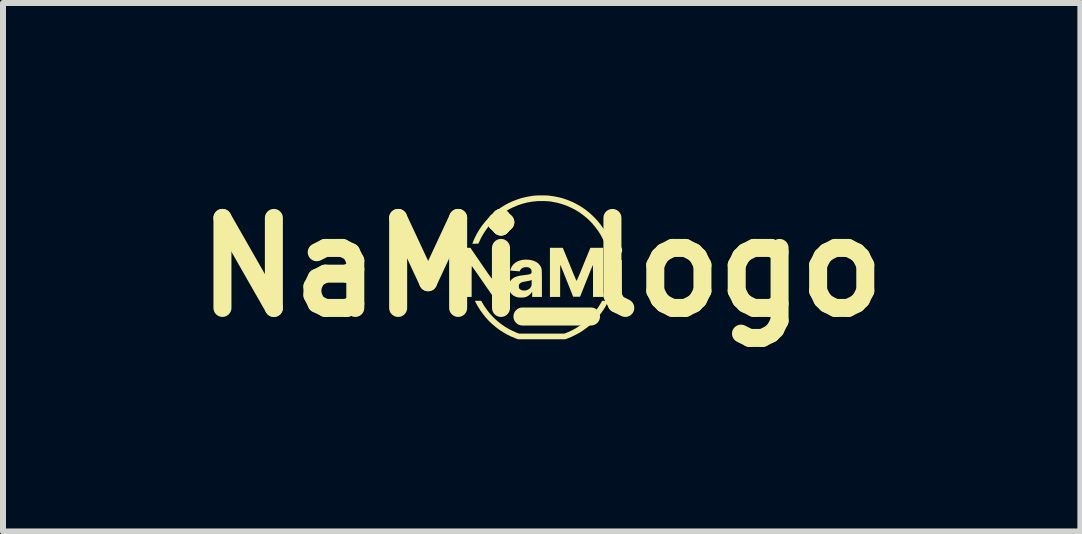
<source format=kicad_pcb>
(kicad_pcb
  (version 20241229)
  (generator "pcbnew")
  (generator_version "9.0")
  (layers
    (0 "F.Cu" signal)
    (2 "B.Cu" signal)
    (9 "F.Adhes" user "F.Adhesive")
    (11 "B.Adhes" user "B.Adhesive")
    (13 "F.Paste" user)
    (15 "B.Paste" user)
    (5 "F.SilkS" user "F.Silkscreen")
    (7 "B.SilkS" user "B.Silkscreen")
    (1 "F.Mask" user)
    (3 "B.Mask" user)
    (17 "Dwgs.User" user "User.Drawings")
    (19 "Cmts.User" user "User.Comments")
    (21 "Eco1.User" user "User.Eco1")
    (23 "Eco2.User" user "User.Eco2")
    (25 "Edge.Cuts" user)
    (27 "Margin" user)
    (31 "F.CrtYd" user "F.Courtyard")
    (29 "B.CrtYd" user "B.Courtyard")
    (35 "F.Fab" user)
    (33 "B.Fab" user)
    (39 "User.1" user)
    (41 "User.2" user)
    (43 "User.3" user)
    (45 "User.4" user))
  (footprint "NaMi_logo"
    (layer "F.Cu")
    (at 5.979 1.404)
    (property "Reference" "NaMi_logo" (at 0 0 0) (layer "F.SilkS") (effects (font (size 1.5 1.5) (thickness 0.3))))
    (attr board_only exclude_from_pos_files exclude_from_bom)
    (fp_poly (pts (xy 1.335 0.188) (xy 1.336 0.495) (xy 1.249 0.495) (xy 1.162 0.495) (xy 1.163 0.188) (xy 1.164 -0.119) (xy 1.249 -0.119) (xy 1.334 -0.119)) (stroke (width 0) (type solid)) (fill yes) (layer "F.SilkS"))
    (fp_poly (pts (xy 1.268 -0.368) (xy 1.285 -0.364) (xy 1.3 -0.355) (xy 1.315 -0.343) (xy 1.328 -0.327) (xy 1.336 -0.312) (xy 1.34 -0.295) (xy 1.341 -0.284) (xy 1.338 -0.263) (xy 1.331 -0.244) (xy 1.318 -0.227) (xy 1.301 -0.213) (xy 1.293 -0.208) (xy 1.285 -0.204) (xy 1.277 -0.201) (xy 1.268 -0.2) (xy 1.255 -0.199) (xy 1.253 -0.199) (xy 1.239 -0.199) (xy 1.228 -0.2) (xy 1.219 -0.202) (xy 1.214 -0.204) (xy 1.196 -0.214) (xy 1.18 -0.228) (xy 1.167 -0.245) (xy 1.166 -0.246) (xy 1.162 -0.255) (xy 1.16 -0.262) (xy 1.158 -0.271) (xy 1.158 -0.283) (xy 1.158 -0.284) (xy 1.16 -0.303) (xy 1.165 -0.319) (xy 1.174 -0.334) (xy 1.184 -0.344) (xy 1.202 -0.358) (xy 1.223 -0.366) (xy 1.245 -0.37) (xy 1.247 -0.37)) (stroke (width 0) (type solid)) (fill yes) (layer "F.SilkS"))
    (fp_poly (pts (xy -0.657 0.085) (xy -0.657 0.495) (xy -0.732 0.494) (xy -0.808 0.493) (xy -0.985 0.238) (xy -1.008 0.204) (xy -1.031 0.171) (xy -1.052 0.14) (xy -1.072 0.111) (xy -1.091 0.084) (xy -1.108 0.06) (xy -1.124 0.038) (xy -1.137 0.019) (xy -1.148 0.004) (xy -1.156 -0.008) (xy -1.162 -0.015) (xy -1.164 -0.019) (xy -1.165 -0.019) (xy -1.165 -0.018) (xy -1.166 -0.014) (xy -1.166 -0.008) (xy -1.166 0.001) (xy -1.167 0.014) (xy -1.167 0.03) (xy -1.167 0.051) (xy -1.168 0.075) (xy -1.168 0.104) (xy -1.168 0.137) (xy -1.168 0.176) (xy -1.168 0.219) (xy -1.168 0.237) (xy -1.168 0.495) (xy -1.254 0.495) (xy -1.341 0.495) (xy -1.341 0.085) (xy -1.341 -0.324) (xy -1.265 -0.324) (xy -1.189 -0.324) (xy -1.013 -0.067) (xy -0.99 -0.033) (xy -0.967 -0.00021) (xy -0.946 0.031) (xy -0.925 0.06) (xy -0.907 0.087) (xy -0.89 0.112) (xy -0.874 0.133) (xy -0.861 0.152) (xy -0.85 0.167) (xy -0.842 0.179) (xy -0.836 0.186) (xy -0.834 0.19) (xy -0.833 0.19) (xy -0.833 0.189) (xy -0.832 0.186) (xy -0.832 0.18) (xy -0.831 0.172) (xy -0.831 0.161) (xy -0.831 0.146) (xy -0.83 0.128) (xy -0.83 0.106) (xy -0.83 0.08) (xy -0.83 0.05) (xy -0.83 0.014) (xy -0.83 -0.026) (xy -0.83 -0.067) (xy -0.83 -0.324) (xy -0.743 -0.324) (xy -0.657 -0.324)) (stroke (width 0) (type solid)) (fill yes) (layer "F.SilkS"))
    (fp_poly (pts (xy -0.997 0.58) (xy -0.961 0.642) (xy -0.919 0.702) (xy -0.874 0.761) (xy -0.824 0.816) (xy -0.772 0.868) (xy -0.728 0.907) (xy -0.674 0.949) (xy -0.616 0.989) (xy -0.556 1.025) (xy -0.495 1.057) (xy -0.433 1.085) (xy -0.406 1.096) (xy -0.377 1.106) (xy 0.000204 1.106) (xy 0.378 1.106) (xy 0.417 1.091) (xy 0.489 1.059) (xy 0.558 1.023) (xy 0.624 0.982) (xy 0.688 0.937) (xy 0.748 0.888) (xy 0.805 0.835) (xy 0.858 0.778) (xy 0.907 0.717) (xy 0.951 0.654) (xy 0.989 0.592) (xy 1.007 0.559) (xy 1.06 0.559) (xy 1.076 0.559) (xy 1.09 0.559) (xy 1.102 0.559) (xy 1.109 0.56) (xy 1.112 0.56) (xy 1.112 0.56) (xy 1.111 0.564) (xy 1.107 0.571) (xy 1.102 0.581) (xy 1.096 0.594) (xy 1.089 0.607) (xy 1.081 0.621) (xy 1.074 0.634) (xy 1.069 0.644) (xy 1.028 0.711) (xy 0.982 0.775) (xy 0.931 0.837) (xy 0.877 0.896) (xy 0.82 0.951) (xy 0.76 1.002) (xy 0.742 1.015) (xy 0.684 1.057) (xy 0.622 1.096) (xy 0.556 1.131) (xy 0.49 1.163) (xy 0.423 1.19) (xy 0.418 1.192) (xy 0.391 1.201) (xy -0.002 1.201) (xy -0.395 1.201) (xy -0.43 1.188) (xy -0.504 1.157) (xy -0.573 1.124) (xy -0.639 1.086) (xy -0.703 1.045) (xy -0.764 0.999) (xy -0.825 0.948) (xy -0.825 0.948) (xy -0.879 0.897) (xy -0.93 0.841) (xy -0.978 0.781) (xy -1.023 0.719) (xy -1.064 0.654) (xy -1.098 0.592) (xy -1.115 0.559) (xy -1.062 0.559) (xy -1.009 0.559)) (stroke (width 0) (type solid)) (fill yes) (layer "F.SilkS"))
    (fp_poly (pts (xy 0.382 -0.249) (xy 0.388 -0.234) (xy 0.396 -0.215) (xy 0.406 -0.191) (xy 0.417 -0.164) (xy 0.429 -0.135) (xy 0.442 -0.103) (xy 0.456 -0.07) (xy 0.47 -0.036) (xy 0.484 -0.001) (xy 0.495 0.026) (xy 0.511 0.066) (xy 0.525 0.101) (xy 0.538 0.131) (xy 0.549 0.156) (xy 0.558 0.177) (xy 0.565 0.195) (xy 0.571 0.208) (xy 0.576 0.217) (xy 0.579 0.223) (xy 0.581 0.226) (xy 0.581 0.226) (xy 0.583 0.225) (xy 0.585 0.22) (xy 0.589 0.212) (xy 0.594 0.201) (xy 0.601 0.186) (xy 0.609 0.167) (xy 0.618 0.145) (xy 0.63 0.118) (xy 0.643 0.086) (xy 0.658 0.05) (xy 0.674 0.01) (xy 0.693 -0.036) (xy 0.698 -0.049) (xy 0.811 -0.324) (xy 0.918 -0.324) (xy 1.025 -0.324) (xy 1.025 0.085) (xy 1.025 0.495) (xy 0.94 0.495) (xy 0.855 0.495) (xy 0.855 0.229) (xy 0.855 0.187) (xy 0.855 0.148) (xy 0.855 0.112) (xy 0.855 0.079) (xy 0.854 0.05) (xy 0.854 0.024) (xy 0.854 0.002) (xy 0.854 -0.015) (xy 0.853 -0.027) (xy 0.853 -0.034) (xy 0.852 -0.036) (xy 0.851 -0.034) (xy 0.848 -0.026) (xy 0.843 -0.015) (xy 0.836 0.002) (xy 0.828 0.021) (xy 0.818 0.045) (xy 0.807 0.071) (xy 0.796 0.1) (xy 0.783 0.132) (xy 0.769 0.166) (xy 0.755 0.201) (xy 0.744 0.228) (xy 0.639 0.492) (xy 0.581 0.492) (xy 0.524 0.492) (xy 0.418 0.226) (xy 0.404 0.19) (xy 0.389 0.154) (xy 0.376 0.121) (xy 0.364 0.09) (xy 0.352 0.061) (xy 0.342 0.036) (xy 0.332 0.013) (xy 0.324 -0.006) (xy 0.318 -0.021) (xy 0.314 -0.032) (xy 0.311 -0.038) (xy 0.31 -0.039) (xy 0.309 -0.036) (xy 0.309 -0.028) (xy 0.309 -0.015) (xy 0.308 0.003) (xy 0.308 0.025) (xy 0.308 0.052) (xy 0.308 0.083) (xy 0.308 0.118) (xy 0.307 0.156) (xy 0.307 0.198) (xy 0.307 0.228) (xy 0.307 0.495) (xy 0.222 0.495) (xy 0.137 0.495) (xy 0.137 0.085) (xy 0.137 -0.324) (xy 0.244 -0.324) (xy 0.351 -0.324)) (stroke (width 0) (type solid)) (fill yes) (layer "F.SilkS"))
    (fp_poly (pts (xy 0.029 -1.197) (xy 0.059 -1.197) (xy 0.087 -1.196) (xy 0.111 -1.194) (xy 0.131 -1.192) (xy 0.132 -1.192) (xy 0.212 -1.18) (xy 0.288 -1.165) (xy 0.362 -1.145) (xy 0.433 -1.12) (xy 0.504 -1.091) (xy 0.542 -1.073) (xy 0.607 -1.038) (xy 0.669 -1.001) (xy 0.727 -0.961) (xy 0.783 -0.917) (xy 0.838 -0.868) (xy 0.872 -0.835) (xy 0.928 -0.776) (xy 0.979 -0.713) (xy 1.026 -0.647) (xy 1.068 -0.578) (xy 1.104 -0.509) (xy 1.113 -0.493) (xy 1.121 -0.475) (xy 1.129 -0.457) (xy 1.136 -0.44) (xy 1.143 -0.424) (xy 1.148 -0.411) (xy 1.152 -0.401) (xy 1.154 -0.395) (xy 1.154 -0.394) (xy 1.151 -0.393) (xy 1.143 -0.392) (xy 1.131 -0.391) (xy 1.114 -0.391) (xy 1.104 -0.391) (xy 1.055 -0.391) (xy 1.042 -0.42) (xy 1.012 -0.484) (xy 0.977 -0.548) (xy 0.937 -0.61) (xy 0.892 -0.67) (xy 0.845 -0.727) (xy 0.794 -0.78) (xy 0.752 -0.819) (xy 0.689 -0.87) (xy 0.624 -0.917) (xy 0.557 -0.958) (xy 0.486 -0.994) (xy 0.414 -1.026) (xy 0.339 -1.052) (xy 0.262 -1.074) (xy 0.184 -1.089) (xy 0.134 -1.097) (xy 0.115 -1.099) (xy 0.091 -1.1) (xy 0.064 -1.102) (xy 0.035 -1.103) (xy 0.006 -1.103) (xy -0.023 -1.103) (xy -0.049 -1.103) (xy -0.072 -1.102) (xy -0.085 -1.101) (xy -0.166 -1.092) (xy -0.245 -1.078) (xy -0.322 -1.058) (xy -0.396 -1.033) (xy -0.469 -1.003) (xy -0.54 -0.968) (xy -0.608 -0.928) (xy -0.674 -0.883) (xy -0.712 -0.854) (xy -0.731 -0.838) (xy -0.752 -0.82) (xy -0.774 -0.799) (xy -0.797 -0.777) (xy -0.819 -0.756) (xy -0.839 -0.735) (xy -0.856 -0.716) (xy -0.86 -0.711) (xy -0.903 -0.658) (xy -0.943 -0.602) (xy -0.981 -0.543) (xy -1.014 -0.483) (xy -1.036 -0.435) (xy -1.056 -0.393) (xy -1.106 -0.392) (xy -1.122 -0.392) (xy -1.136 -0.392) (xy -1.147 -0.392) (xy -1.154 -0.392) (xy -1.157 -0.392) (xy -1.156 -0.396) (xy -1.153 -0.403) (xy -1.148 -0.414) (xy -1.143 -0.427) (xy -1.137 -0.442) (xy -1.131 -0.456) (xy -1.125 -0.47) (xy -1.119 -0.482) (xy -1.119 -0.483) (xy -1.083 -0.555) (xy -1.042 -0.624) (xy -0.997 -0.691) (xy -0.947 -0.754) (xy -0.893 -0.815) (xy -0.836 -0.872) (xy -0.774 -0.925) (xy -0.71 -0.974) (xy -0.7 -0.981) (xy -0.631 -1.026) (xy -0.56 -1.065) (xy -0.487 -1.099) (xy -0.412 -1.128) (xy -0.335 -1.153) (xy -0.254 -1.172) (xy -0.171 -1.187) (xy -0.134 -1.192) (xy -0.114 -1.194) (xy -0.09 -1.195) (xy -0.063 -1.197) (xy -0.033 -1.197) (xy -0.002 -1.197)) (stroke (width 0) (type solid)) (fill yes) (layer "F.SilkS"))
    (fp_poly (pts (xy -0.229 -0.126) (xy -0.187 -0.121) (xy -0.149 -0.112) (xy -0.115 -0.099) (xy -0.085 -0.083) (xy -0.059 -0.064) (xy -0.037 -0.041) (xy -0.019 -0.015) (xy -0.015 -0.007) (xy -0.012 -0.000348) (xy -0.009 0.006) (xy -0.007 0.012) (xy -0.005 0.018) (xy -0.003 0.026) (xy -0.002 0.034) (xy -0.001 0.044) (xy 0.000432 0.056) (xy 0.001 0.07) (xy 0.002 0.087) (xy 0.002 0.107) (xy 0.002 0.131) (xy 0.003 0.158) (xy 0.003 0.19) (xy 0.003 0.227) (xy 0.003 0.268) (xy 0.003 0.275) (xy 0.003 0.495) (xy -0.078 0.495) (xy -0.159 0.495) (xy -0.159 0.453) (xy -0.159 0.438) (xy -0.16 0.426) (xy -0.16 0.416) (xy -0.161 0.411) (xy -0.161 0.411) (xy -0.164 0.413) (xy -0.168 0.419) (xy -0.172 0.425) (xy -0.181 0.438) (xy -0.193 0.451) (xy -0.208 0.464) (xy -0.222 0.475) (xy -0.23 0.48) (xy -0.24 0.485) (xy -0.253 0.491) (xy -0.266 0.496) (xy -0.267 0.496) (xy -0.276 0.499) (xy -0.284 0.501) (xy -0.292 0.503) (xy -0.302 0.504) (xy -0.315 0.504) (xy -0.332 0.505) (xy -0.335 0.505) (xy -0.357 0.505) (xy -0.374 0.504) (xy -0.387 0.503) (xy -0.399 0.502) (xy -0.401 0.501) (xy -0.434 0.492) (xy -0.463 0.478) (xy -0.487 0.461) (xy -0.508 0.441) (xy -0.524 0.417) (xy -0.528 0.409) (xy -0.536 0.391) (xy -0.541 0.374) (xy -0.544 0.355) (xy -0.546 0.334) (xy -0.546 0.323) (xy -0.545 0.317) (xy -0.381 0.317) (xy -0.381 0.331) (xy -0.379 0.341) (xy -0.376 0.349) (xy -0.376 0.351) (xy -0.368 0.361) (xy -0.356 0.371) (xy -0.342 0.379) (xy -0.33 0.384) (xy -0.317 0.387) (xy -0.3 0.388) (xy -0.282 0.388) (xy -0.266 0.386) (xy -0.262 0.386) (xy -0.239 0.378) (xy -0.217 0.367) (xy -0.198 0.352) (xy -0.183 0.334) (xy -0.177 0.323) (xy -0.174 0.316) (xy -0.172 0.311) (xy -0.17 0.305) (xy -0.169 0.297) (xy -0.169 0.287) (xy -0.168 0.273) (xy -0.168 0.26) (xy -0.167 0.213) (xy -0.187 0.22) (xy -0.196 0.222) (xy -0.209 0.225) (xy -0.226 0.229) (xy -0.243 0.232) (xy -0.258 0.235) (xy -0.286 0.24) (xy -0.309 0.244) (xy -0.327 0.25) (xy -0.342 0.255) (xy -0.354 0.262) (xy -0.363 0.27) (xy -0.371 0.279) (xy -0.374 0.283) (xy -0.378 0.289) (xy -0.38 0.296) (xy -0.381 0.304) (xy -0.381 0.315) (xy -0.381 0.317) (xy -0.545 0.317) (xy -0.544 0.294) (xy -0.54 0.269) (xy -0.532 0.247) (xy -0.521 0.226) (xy -0.515 0.218) (xy -0.496 0.198) (xy -0.473 0.18) (xy -0.446 0.165) (xy -0.414 0.153) (xy -0.378 0.144) (xy -0.339 0.137) (xy -0.328 0.136) (xy -0.312 0.134) (xy -0.294 0.132) (xy -0.276 0.129) (xy -0.267 0.128) (xy -0.242 0.125) (xy -0.222 0.121) (xy -0.206 0.118) (xy -0.193 0.114) (xy -0.184 0.109) (xy -0.177 0.103) (xy -0.177 0.103) (xy -0.173 0.098) (xy -0.171 0.094) (xy -0.169 0.088) (xy -0.169 0.078) (xy -0.169 0.073) (xy -0.171 0.055) (xy -0.175 0.041) (xy -0.183 0.028) (xy -0.192 0.019) (xy -0.206 0.009) (xy -0.221 0.003) (xy -0.24 -0.000356) (xy -0.26 -0.001) (xy -0.287 0.001) (xy -0.31 0.008) (xy -0.331 0.018) (xy -0.347 0.033) (xy -0.36 0.051) (xy -0.363 0.057) (xy -0.368 0.069) (xy -0.446 0.062) (xy -0.466 0.061) (xy -0.484 0.059) (xy -0.5 0.058) (xy -0.512 0.056) (xy -0.521 0.056) (xy -0.524 0.055) (xy -0.524 0.055) (xy -0.524 0.052) (xy -0.522 0.045) (xy -0.52 0.036) (xy -0.519 0.035) (xy -0.507 0.003) (xy -0.49 -0.025) (xy -0.469 -0.051) (xy -0.443 -0.073) (xy -0.415 -0.091) (xy -0.382 -0.106) (xy -0.347 -0.117) (xy -0.309 -0.124) (xy -0.268 -0.127)) (stroke (width 0) (type solid)) (fill yes) (layer "F.SilkS")))
  (gr_rect
    (start -3 -3)
    (end 14.957 5.808)
    (stroke (width 0.1) (type default))
    (fill no)
    (layer "Edge.Cuts")))
</source>
